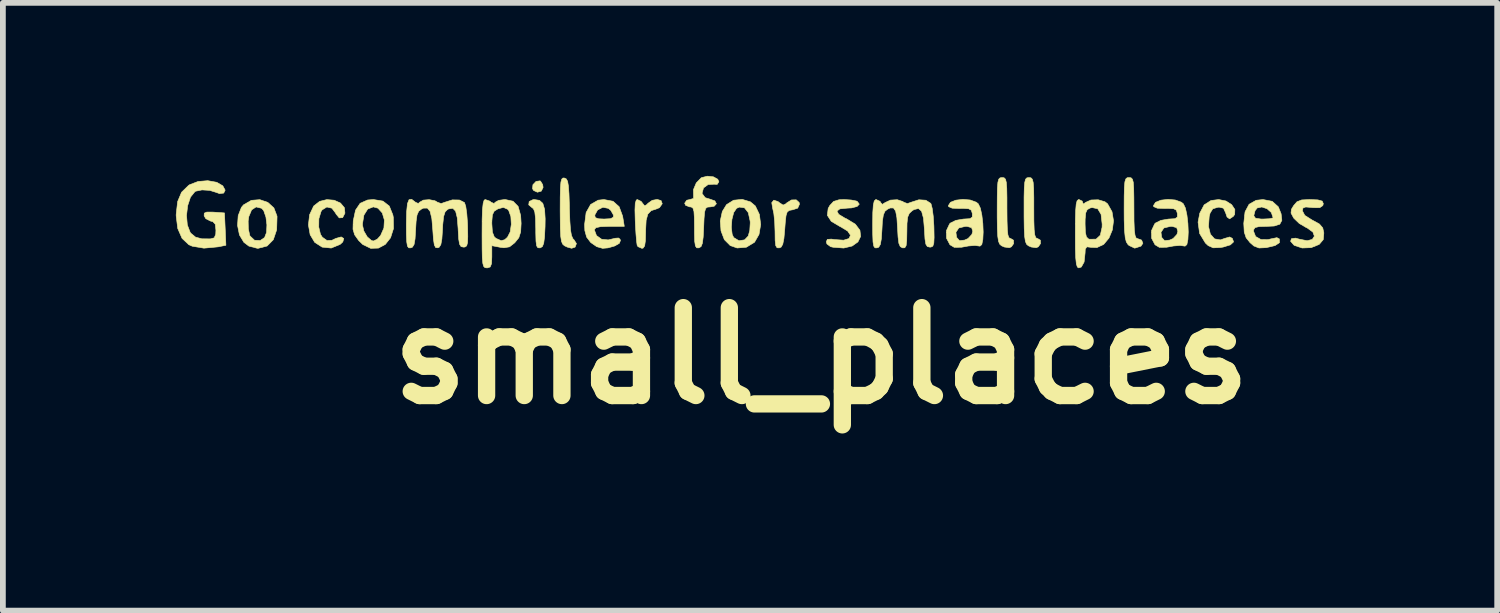
<source format=kicad_pcb>
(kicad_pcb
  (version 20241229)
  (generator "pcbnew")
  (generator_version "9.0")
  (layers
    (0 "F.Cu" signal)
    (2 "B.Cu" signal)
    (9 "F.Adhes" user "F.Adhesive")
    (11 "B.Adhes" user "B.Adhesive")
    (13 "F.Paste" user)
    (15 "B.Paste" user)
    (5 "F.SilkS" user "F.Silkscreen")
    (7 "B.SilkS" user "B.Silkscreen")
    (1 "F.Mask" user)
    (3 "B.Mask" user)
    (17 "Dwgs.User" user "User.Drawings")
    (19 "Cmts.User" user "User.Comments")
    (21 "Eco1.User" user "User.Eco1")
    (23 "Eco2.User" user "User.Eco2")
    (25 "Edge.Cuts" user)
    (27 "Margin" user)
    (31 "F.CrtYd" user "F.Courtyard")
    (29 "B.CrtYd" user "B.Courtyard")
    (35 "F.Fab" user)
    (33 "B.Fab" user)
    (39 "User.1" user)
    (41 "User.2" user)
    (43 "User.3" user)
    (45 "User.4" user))
  (footprint "small_places"
    (layer "F.Cu")
    (at 11.193 3.119)
    (property "Reference" "small_places" (at 0 0 0) (layer "F.SilkS") (effects (font (size 1.524 1.524) (thickness 0.3))))
    (attr through_hole)
    (fp_poly (pts (xy -4.87 -3.028) (xy -4.833 -2.967) (xy -4.826 -2.919) (xy -4.857 -2.855) (xy -4.924 -2.836) (xy -4.99 -2.866) (xy -5.009 -2.897) (xy -5.002 -2.967) (xy -4.948 -3.023) (xy -4.881 -3.033) (xy -4.87 -3.028)) (stroke (width 0.01) (type solid)) (fill yes) (layer "F.SilkS"))
    (fp_poly (pts (xy -4.889 -2.695) (xy -4.831 -2.643) (xy -4.8 -2.54) (xy -4.79 -2.375) (xy -4.792 -2.238) (xy -4.801 -2.061) (xy -4.815 -1.952) (xy -4.838 -1.894) (xy -4.874 -1.872) (xy -4.879 -1.871) (xy -4.916 -1.873) (xy -4.938 -1.906) (xy -4.949 -1.987) (xy -4.953 -2.132) (xy -4.953 -2.2) (xy -4.957 -2.381) (xy -4.97 -2.493) (xy -4.994 -2.551) (xy -5.016 -2.567) (xy -5.075 -2.617) (xy -5.067 -2.675) (xy -4.999 -2.708) (xy -4.979 -2.709) (xy -4.889 -2.695)) (stroke (width 0.01) (type solid)) (fill yes) (layer "F.SilkS"))
    (fp_poly (pts (xy -4.456 -3.082) (xy -4.424 -3.067) (xy -4.401 -3.025) (xy -4.387 -2.944) (xy -4.377 -2.808) (xy -4.37 -2.604) (xy -4.37 -2.564) (xy -4.362 -2.339) (xy -4.351 -2.185) (xy -4.334 -2.087) (xy -4.309 -2.03) (xy -4.289 -2.01) (xy -4.248 -1.945) (xy -4.271 -1.884) (xy -4.331 -1.864) (xy -4.408 -1.885) (xy -4.456 -1.908) (xy -4.486 -1.935) (xy -4.507 -1.984) (xy -4.52 -2.069) (xy -4.527 -2.204) (xy -4.529 -2.403) (xy -4.53 -2.524) (xy -4.529 -2.754) (xy -4.525 -2.913) (xy -4.517 -3.012) (xy -4.502 -3.064) (xy -4.48 -3.083) (xy -4.456 -3.082)) (stroke (width 0.01) (type solid)) (fill yes) (layer "F.SilkS"))
    (fp_poly (pts (xy 5.369 -3.086) (xy 5.393 -3.062) (xy 5.408 -3.006) (xy 5.415 -2.903) (xy 5.418 -2.741) (xy 5.419 -2.561) (xy 5.42 -2.336) (xy 5.426 -2.182) (xy 5.438 -2.089) (xy 5.456 -2.043) (xy 5.48 -2.032) (xy 5.552 -2.006) (xy 5.574 -1.95) (xy 5.541 -1.901) (xy 5.433 -1.866) (xy 5.335 -1.912) (xy 5.316 -1.929) (xy 5.287 -1.974) (xy 5.268 -2.05) (xy 5.256 -2.171) (xy 5.25 -2.352) (xy 5.249 -2.543) (xy 5.25 -2.767) (xy 5.254 -2.92) (xy 5.262 -3.015) (xy 5.278 -3.066) (xy 5.302 -3.087) (xy 5.334 -3.09) (xy 5.369 -3.086)) (stroke (width 0.01) (type solid)) (fill yes) (layer "F.SilkS"))
    (fp_poly (pts (xy -0.386 -2.658) (xy -0.381 -2.627) (xy -0.411 -2.56) (xy -0.497 -2.532) (xy -0.557 -2.521) (xy -0.593 -2.493) (xy -0.614 -2.428) (xy -0.627 -2.309) (xy -0.635 -2.202) (xy -0.65 -2.034) (xy -0.67 -1.934) (xy -0.699 -1.884) (xy -0.73 -1.871) (xy -0.769 -1.873) (xy -0.792 -1.91) (xy -0.802 -1.999) (xy -0.804 -2.153) (xy -0.81 -2.32) (xy -0.825 -2.466) (xy -0.845 -2.557) (xy -0.861 -2.655) (xy -0.825 -2.698) (xy -0.751 -2.673) (xy -0.728 -2.654) (xy -0.664 -2.613) (xy -0.615 -2.636) (xy -0.602 -2.65) (xy -0.519 -2.702) (xy -0.437 -2.704) (xy -0.386 -2.658)) (stroke (width 0.01) (type solid)) (fill yes) (layer "F.SilkS"))
    (fp_poly (pts (xy -2.78 -2.691) (xy -2.76 -2.636) (xy -2.76 -2.636) (xy -2.808 -2.568) (xy -2.858 -2.547) (xy -2.953 -2.516) (xy -3.01 -2.456) (xy -3.039 -2.349) (xy -3.048 -2.178) (xy -3.048 -2.154) (xy -3.052 -1.995) (xy -3.065 -1.905) (xy -3.092 -1.867) (xy -3.113 -1.863) (xy -3.18 -1.892) (xy -3.195 -1.916) (xy -3.204 -1.98) (xy -3.215 -2.106) (xy -3.225 -2.27) (xy -3.228 -2.339) (xy -3.233 -2.527) (xy -3.228 -2.643) (xy -3.21 -2.7) (xy -3.191 -2.709) (xy -3.126 -2.677) (xy -3.1 -2.643) (xy -3.064 -2.599) (xy -3.024 -2.624) (xy -3.008 -2.643) (xy -2.934 -2.695) (xy -2.848 -2.711) (xy -2.78 -2.691)) (stroke (width 0.01) (type solid)) (fill yes) (layer "F.SilkS"))
    (fp_poly (pts (xy 3.168 -3.086) (xy 3.192 -3.062) (xy 3.206 -3.006) (xy 3.214 -2.903) (xy 3.217 -2.741) (xy 3.217 -2.561) (xy 3.219 -2.338) (xy 3.224 -2.187) (xy 3.234 -2.094) (xy 3.252 -2.047) (xy 3.278 -2.032) (xy 3.284 -2.032) (xy 3.331 -2.004) (xy 3.333 -1.945) (xy 3.295 -1.89) (xy 3.259 -1.874) (xy 3.171 -1.886) (xy 3.122 -1.908) (xy 3.092 -1.935) (xy 3.071 -1.984) (xy 3.058 -2.07) (xy 3.051 -2.205) (xy 3.048 -2.405) (xy 3.048 -2.521) (xy 3.049 -2.75) (xy 3.052 -2.908) (xy 3.06 -3.007) (xy 3.075 -3.062) (xy 3.098 -3.085) (xy 3.131 -3.09) (xy 3.133 -3.09) (xy 3.168 -3.086)) (stroke (width 0.01) (type solid)) (fill yes) (layer "F.SilkS"))
    (fp_poly (pts (xy 3.633 -3.086) (xy 3.657 -3.062) (xy 3.672 -3.006) (xy 3.68 -2.903) (xy 3.683 -2.741) (xy 3.683 -2.561) (xy 3.684 -2.338) (xy 3.689 -2.187) (xy 3.7 -2.094) (xy 3.718 -2.047) (xy 3.744 -2.032) (xy 3.75 -2.032) (xy 3.797 -2.004) (xy 3.799 -1.945) (xy 3.761 -1.89) (xy 3.725 -1.874) (xy 3.637 -1.886) (xy 3.588 -1.908) (xy 3.557 -1.935) (xy 3.537 -1.984) (xy 3.524 -2.07) (xy 3.517 -2.205) (xy 3.514 -2.405) (xy 3.514 -2.521) (xy 3.514 -2.75) (xy 3.518 -2.908) (xy 3.526 -3.007) (xy 3.54 -3.062) (xy 3.563 -3.085) (xy 3.597 -3.09) (xy 3.598 -3.09) (xy 3.633 -3.086)) (stroke (width 0.01) (type solid)) (fill yes) (layer "F.SilkS"))
    (fp_poly (pts (xy -8.448 -2.697) (xy -8.339 -2.648) (xy -8.271 -2.567) (xy -8.262 -2.473) (xy -8.302 -2.395) (xy -8.361 -2.391) (xy -8.417 -2.459) (xy -8.423 -2.473) (xy -8.488 -2.559) (xy -8.576 -2.58) (xy -8.657 -2.53) (xy -8.677 -2.5) (xy -8.714 -2.376) (xy -8.716 -2.232) (xy -8.686 -2.106) (xy -8.654 -2.056) (xy -8.574 -1.999) (xy -8.49 -2.002) (xy -8.417 -2.036) (xy -8.326 -2.061) (xy -8.282 -2.033) (xy -8.299 -1.974) (xy -8.346 -1.931) (xy -8.5 -1.868) (xy -8.657 -1.884) (xy -8.786 -1.967) (xy -8.865 -2.099) (xy -8.895 -2.269) (xy -8.875 -2.445) (xy -8.805 -2.594) (xy -8.802 -2.598) (xy -8.701 -2.677) (xy -8.576 -2.708) (xy -8.448 -2.697)) (stroke (width 0.01) (type solid)) (fill yes) (layer "F.SilkS"))
    (fp_poly (pts (xy 7.014 -2.684) (xy 7.113 -2.621) (xy 7.169 -2.537) (xy 7.166 -2.452) (xy 7.143 -2.418) (xy 7.078 -2.374) (xy 7.034 -2.406) (xy 7.009 -2.479) (xy 6.972 -2.559) (xy 6.896 -2.577) (xy 6.869 -2.574) (xy 6.786 -2.548) (xy 6.74 -2.475) (xy 6.724 -2.413) (xy 6.712 -2.241) (xy 6.745 -2.108) (xy 6.817 -2.027) (xy 6.918 -2.009) (xy 6.99 -2.034) (xy 7.078 -2.06) (xy 7.125 -2.036) (xy 7.147 -1.975) (xy 7.091 -1.923) (xy 6.966 -1.885) (xy 6.916 -1.877) (xy 6.793 -1.872) (xy 6.707 -1.91) (xy 6.658 -1.956) (xy 6.558 -2.121) (xy 6.531 -2.317) (xy 6.561 -2.473) (xy 6.637 -2.617) (xy 6.755 -2.692) (xy 6.889 -2.709) (xy 7.014 -2.684)) (stroke (width 0.01) (type solid)) (fill yes) (layer "F.SilkS"))
    (fp_poly (pts (xy -1.231 -2.669) (xy -1.146 -2.598) (xy -1.075 -2.45) (xy -1.053 -2.275) (xy -1.082 -2.104) (xy -1.159 -1.97) (xy -1.162 -1.967) (xy -1.302 -1.882) (xy -1.461 -1.869) (xy -1.581 -1.911) (xy -1.683 -2.014) (xy -1.741 -2.166) (xy -1.745 -2.225) (xy -1.562 -2.225) (xy -1.547 -2.104) (xy -1.521 -2.05) (xy -1.43 -1.995) (xy -1.332 -2.01) (xy -1.269 -2.076) (xy -1.242 -2.173) (xy -1.234 -2.306) (xy -1.236 -2.336) (xy -1.268 -2.482) (xy -1.334 -2.566) (xy -1.423 -2.578) (xy -1.471 -2.557) (xy -1.521 -2.484) (xy -1.552 -2.363) (xy -1.562 -2.225) (xy -1.745 -2.225) (xy -1.754 -2.337) (xy -1.718 -2.502) (xy -1.645 -2.621) (xy -1.523 -2.697) (xy -1.374 -2.712) (xy -1.231 -2.669)) (stroke (width 0.01) (type solid)) (fill yes) (layer "F.SilkS"))
    (fp_poly (pts (xy -9.6 -2.66) (xy -9.494 -2.564) (xy -9.441 -2.425) (xy -9.439 -2.413) (xy -9.446 -2.183) (xy -9.504 -2.012) (xy -9.612 -1.903) (xy -9.767 -1.863) (xy -9.779 -1.863) (xy -9.928 -1.902) (xy -10.014 -1.967) (xy -10.091 -2.095) (xy -10.124 -2.26) (xy -10.119 -2.336) (xy -9.94 -2.336) (xy -9.937 -2.203) (xy -9.914 -2.093) (xy -9.907 -2.076) (xy -9.829 -2.003) (xy -9.73 -1.999) (xy -9.655 -2.05) (xy -9.621 -2.139) (xy -9.615 -2.269) (xy -9.632 -2.406) (xy -9.67 -2.515) (xy -9.705 -2.557) (xy -9.802 -2.581) (xy -9.88 -2.53) (xy -9.929 -2.413) (xy -9.94 -2.336) (xy -10.119 -2.336) (xy -10.113 -2.429) (xy -10.057 -2.573) (xy -10.02 -2.617) (xy -9.885 -2.695) (xy -9.738 -2.707) (xy -9.6 -2.66)) (stroke (width 0.01) (type solid)) (fill yes) (layer "F.SilkS"))
    (fp_poly (pts (xy -7.603 -2.682) (xy -7.493 -2.596) (xy -7.431 -2.443) (xy -7.423 -2.399) (xy -7.42 -2.206) (xy -7.471 -2.046) (xy -7.562 -1.931) (xy -7.682 -1.867) (xy -7.816 -1.863) (xy -7.952 -1.929) (xy -8.023 -1.998) (xy -8.094 -2.098) (xy -8.122 -2.194) (xy -8.12 -2.271) (xy -7.959 -2.271) (xy -7.934 -2.163) (xy -7.875 -2.062) (xy -7.801 -1.998) (xy -7.768 -1.99) (xy -7.702 -2.021) (xy -7.644 -2.084) (xy -7.586 -2.215) (xy -7.578 -2.354) (xy -7.614 -2.476) (xy -7.689 -2.559) (xy -7.771 -2.582) (xy -7.867 -2.544) (xy -7.933 -2.439) (xy -7.959 -2.281) (xy -7.959 -2.271) (xy -8.12 -2.271) (xy -8.118 -2.329) (xy -8.118 -2.337) (xy -8.078 -2.525) (xy -7.998 -2.644) (xy -7.87 -2.701) (xy -7.768 -2.709) (xy -7.603 -2.682)) (stroke (width 0.01) (type solid)) (fill yes) (layer "F.SilkS"))
    (fp_poly (pts (xy 0.516 -2.701) (xy 0.607 -2.683) (xy 0.622 -2.676) (xy 0.657 -2.629) (xy 0.619 -2.589) (xy 0.524 -2.564) (xy 0.448 -2.56) (xy 0.319 -2.547) (xy 0.27 -2.509) (xy 0.299 -2.453) (xy 0.409 -2.386) (xy 0.435 -2.375) (xy 0.588 -2.282) (xy 0.668 -2.176) (xy 0.68 -2.069) (xy 0.633 -1.974) (xy 0.533 -1.903) (xy 0.387 -1.868) (xy 0.202 -1.882) (xy 0.159 -1.892) (xy 0.096 -1.939) (xy 0.085 -1.976) (xy 0.103 -2.018) (xy 0.172 -2.023) (xy 0.227 -2.015) (xy 0.385 -2.004) (xy 0.479 -2.033) (xy 0.504 -2.09) (xy 0.455 -2.163) (xy 0.328 -2.239) (xy 0.321 -2.242) (xy 0.171 -2.331) (xy 0.103 -2.435) (xy 0.117 -2.554) (xy 0.146 -2.606) (xy 0.211 -2.676) (xy 0.305 -2.705) (xy 0.393 -2.709) (xy 0.516 -2.701)) (stroke (width 0.01) (type solid)) (fill yes) (layer "F.SilkS"))
    (fp_poly (pts (xy 8.608 -2.703) (xy 8.684 -2.682) (xy 8.703 -2.638) (xy 8.694 -2.604) (xy 8.641 -2.568) (xy 8.52 -2.569) (xy 8.506 -2.571) (xy 8.398 -2.58) (xy 8.35 -2.562) (xy 8.34 -2.513) (xy 8.382 -2.434) (xy 8.508 -2.354) (xy 8.52 -2.348) (xy 8.636 -2.284) (xy 8.693 -2.217) (xy 8.712 -2.131) (xy 8.702 -2.014) (xy 8.633 -1.933) (xy 8.629 -1.93) (xy 8.492 -1.875) (xy 8.336 -1.869) (xy 8.203 -1.913) (xy 8.193 -1.92) (xy 8.136 -1.985) (xy 8.15 -2.03) (xy 8.221 -2.04) (xy 8.291 -2.021) (xy 8.424 -1.995) (xy 8.512 -2.018) (xy 8.548 -2.074) (xy 8.522 -2.145) (xy 8.424 -2.216) (xy 8.404 -2.225) (xy 8.285 -2.295) (xy 8.193 -2.384) (xy 8.187 -2.392) (xy 8.143 -2.475) (xy 8.15 -2.54) (xy 8.188 -2.603) (xy 8.246 -2.67) (xy 8.327 -2.702) (xy 8.46 -2.709) (xy 8.461 -2.709) (xy 8.608 -2.703)) (stroke (width 0.01) (type solid)) (fill yes) (layer "F.SilkS"))
    (fp_poly (pts (xy -3.613 -2.679) (xy -3.507 -2.584) (xy -3.447 -2.421) (xy -3.443 -2.397) (xy -3.418 -2.244) (xy -3.677 -2.244) (xy -3.829 -2.239) (xy -3.91 -2.221) (xy -3.937 -2.187) (xy -3.937 -2.183) (xy -3.9 -2.084) (xy -3.81 -2.02) (xy -3.696 -2.009) (xy -3.688 -2.011) (xy -3.574 -2.038) (xy -3.518 -2.042) (xy -3.493 -2.022) (xy -3.484 -2.001) (xy -3.504 -1.95) (xy -3.584 -1.904) (xy -3.7 -1.871) (xy -3.794 -1.863) (xy -3.896 -1.892) (xy -3.998 -1.963) (xy -4.002 -1.967) (xy -4.071 -2.058) (xy -4.102 -2.171) (xy -4.106 -2.278) (xy -4.085 -2.44) (xy -3.93 -2.44) (xy -3.921 -2.395) (xy -3.861 -2.375) (xy -3.768 -2.371) (xy -3.655 -2.377) (xy -3.608 -2.403) (xy -3.606 -2.44) (xy -3.651 -2.52) (xy -3.694 -2.556) (xy -3.79 -2.575) (xy -3.88 -2.529) (xy -3.93 -2.44) (xy -4.085 -2.44) (xy -4.08 -2.483) (xy -4.001 -2.624) (xy -3.871 -2.698) (xy -3.771 -2.709) (xy -3.613 -2.679)) (stroke (width 0.01) (type solid)) (fill yes) (layer "F.SilkS"))
    (fp_poly (pts (xy -1.873 -3.103) (xy -1.797 -3.061) (xy -1.778 -3.017) (xy -1.807 -2.972) (xy -1.861 -2.975) (xy -1.965 -2.969) (xy -2.044 -2.911) (xy -2.069 -2.822) (xy -2.068 -2.812) (xy -2.015 -2.741) (xy -1.936 -2.717) (xy -1.848 -2.686) (xy -1.821 -2.636) (xy -1.858 -2.594) (xy -1.924 -2.582) (xy -1.976 -2.578) (xy -2.007 -2.555) (xy -2.025 -2.494) (xy -2.035 -2.381) (xy -2.041 -2.234) (xy -2.05 -2.058) (xy -2.064 -1.95) (xy -2.087 -1.893) (xy -2.124 -1.871) (xy -2.127 -1.871) (xy -2.163 -1.872) (xy -2.185 -1.905) (xy -2.197 -1.983) (xy -2.201 -2.124) (xy -2.201 -2.219) (xy -2.203 -2.395) (xy -2.21 -2.503) (xy -2.227 -2.559) (xy -2.257 -2.58) (xy -2.286 -2.582) (xy -2.355 -2.609) (xy -2.371 -2.646) (xy -2.335 -2.697) (xy -2.281 -2.709) (xy -2.217 -2.728) (xy -2.217 -2.773) (xy -2.219 -2.88) (xy -2.17 -2.997) (xy -2.086 -3.084) (xy -2.077 -3.089) (xy -1.977 -3.114) (xy -1.873 -3.103)) (stroke (width 0.01) (type solid)) (fill yes) (layer "F.SilkS"))
    (fp_poly (pts (xy 7.817 -2.678) (xy 7.923 -2.582) (xy 7.971 -2.462) (xy 7.984 -2.348) (xy 7.948 -2.281) (xy 7.851 -2.25) (xy 7.721 -2.244) (xy 7.588 -2.24) (xy 7.519 -2.223) (xy 7.495 -2.186) (xy 7.493 -2.16) (xy 7.529 -2.068) (xy 7.621 -2.016) (xy 7.746 -2.014) (xy 7.791 -2.026) (xy 7.898 -2.048) (xy 7.941 -2.026) (xy 7.943 -1.962) (xy 7.866 -1.911) (xy 7.718 -1.876) (xy 7.713 -1.875) (xy 7.588 -1.869) (xy 7.5 -1.903) (xy 7.433 -1.961) (xy 7.365 -2.046) (xy 7.332 -2.144) (xy 7.324 -2.291) (xy 7.324 -2.297) (xy 7.338 -2.428) (xy 7.497 -2.428) (xy 7.527 -2.385) (xy 7.623 -2.371) (xy 7.662 -2.371) (xy 7.768 -2.376) (xy 7.827 -2.389) (xy 7.832 -2.395) (xy 7.801 -2.485) (xy 7.727 -2.55) (xy 7.637 -2.58) (xy 7.556 -2.563) (xy 7.519 -2.515) (xy 7.497 -2.428) (xy 7.338 -2.428) (xy 7.346 -2.496) (xy 7.416 -2.627) (xy 7.538 -2.696) (xy 7.657 -2.709) (xy 7.817 -2.678)) (stroke (width 0.01) (type solid)) (fill yes) (layer "F.SilkS"))
    (fp_poly (pts (xy -10.485 -3.008) (xy -10.38 -2.947) (xy -10.339 -2.872) (xy -10.364 -2.821) (xy -10.437 -2.812) (xy -10.491 -2.832) (xy -10.607 -2.868) (xy -10.74 -2.876) (xy -10.848 -2.854) (xy -10.863 -2.846) (xy -10.94 -2.751) (xy -10.989 -2.603) (xy -11.009 -2.433) (xy -10.995 -2.269) (xy -10.946 -2.141) (xy -10.933 -2.124) (xy -10.852 -2.057) (xy -10.743 -2.028) (xy -10.594 -2.027) (xy -10.528 -2.045) (xy -10.502 -2.106) (xy -10.499 -2.177) (xy -10.51 -2.28) (xy -10.552 -2.326) (xy -10.593 -2.336) (xy -10.674 -2.377) (xy -10.703 -2.426) (xy -10.701 -2.473) (xy -10.656 -2.492) (xy -10.55 -2.491) (xy -10.534 -2.49) (xy -10.351 -2.477) (xy -10.338 -2.196) (xy -10.326 -1.916) (xy -10.46 -1.889) (xy -10.707 -1.866) (xy -10.909 -1.9) (xy -10.969 -1.926) (xy -11.086 -2.036) (xy -11.161 -2.207) (xy -11.188 -2.425) (xy -11.188 -2.452) (xy -11.163 -2.673) (xy -11.095 -2.835) (xy -10.974 -2.953) (xy -10.955 -2.966) (xy -10.809 -3.022) (xy -10.641 -3.036) (xy -10.485 -3.008)) (stroke (width 0.01) (type solid)) (fill yes) (layer "F.SilkS"))
    (fp_poly (pts (xy 2.581 -2.701) (xy 2.685 -2.663) (xy 2.72 -2.635) (xy 2.756 -2.56) (xy 2.782 -2.44) (xy 2.799 -2.294) (xy 2.805 -2.146) (xy 2.799 -2.017) (xy 2.781 -1.928) (xy 2.749 -1.901) (xy 2.664 -1.913) (xy 2.55 -1.904) (xy 2.43 -1.882) (xy 2.304 -1.88) (xy 2.229 -1.925) (xy 2.17 -2.037) (xy 2.168 -2.141) (xy 2.332 -2.141) (xy 2.344 -2.053) (xy 2.394 -1.996) (xy 2.483 -2.006) (xy 2.543 -2.033) (xy 2.609 -2.104) (xy 2.625 -2.16) (xy 2.604 -2.221) (xy 2.529 -2.243) (xy 2.496 -2.244) (xy 2.382 -2.216) (xy 2.332 -2.141) (xy 2.168 -2.141) (xy 2.168 -2.17) (xy 2.222 -2.286) (xy 2.236 -2.301) (xy 2.331 -2.348) (xy 2.459 -2.37) (xy 2.472 -2.371) (xy 2.576 -2.377) (xy 2.616 -2.405) (xy 2.617 -2.466) (xy 2.599 -2.524) (xy 2.551 -2.55) (xy 2.45 -2.556) (xy 2.402 -2.554) (xy 2.268 -2.559) (xy 2.207 -2.585) (xy 2.201 -2.603) (xy 2.238 -2.661) (xy 2.331 -2.698) (xy 2.454 -2.712) (xy 2.581 -2.701)) (stroke (width 0.01) (type solid)) (fill yes) (layer "F.SilkS"))
    (fp_poly (pts (xy 6.137 -2.701) (xy 6.241 -2.663) (xy 6.276 -2.635) (xy 6.312 -2.56) (xy 6.338 -2.44) (xy 6.355 -2.294) (xy 6.361 -2.146) (xy 6.355 -2.017) (xy 6.337 -1.928) (xy 6.305 -1.901) (xy 6.22 -1.913) (xy 6.106 -1.904) (xy 5.986 -1.882) (xy 5.86 -1.88) (xy 5.785 -1.925) (xy 5.726 -2.037) (xy 5.724 -2.141) (xy 5.888 -2.141) (xy 5.9 -2.053) (xy 5.95 -1.996) (xy 6.039 -2.006) (xy 6.099 -2.033) (xy 6.165 -2.104) (xy 6.181 -2.16) (xy 6.16 -2.221) (xy 6.085 -2.243) (xy 6.052 -2.244) (xy 5.938 -2.216) (xy 5.888 -2.141) (xy 5.724 -2.141) (xy 5.724 -2.17) (xy 5.778 -2.286) (xy 5.792 -2.301) (xy 5.887 -2.348) (xy 6.015 -2.37) (xy 6.028 -2.371) (xy 6.132 -2.377) (xy 6.172 -2.405) (xy 6.173 -2.466) (xy 6.155 -2.524) (xy 6.107 -2.55) (xy 6.006 -2.556) (xy 5.958 -2.554) (xy 5.824 -2.559) (xy 5.763 -2.585) (xy 5.757 -2.603) (xy 5.794 -2.661) (xy 5.887 -2.698) (xy 6.01 -2.712) (xy 6.137 -2.701)) (stroke (width 0.01) (type solid)) (fill yes) (layer "F.SilkS"))
    (fp_poly (pts (xy 4.522 -2.682) (xy 4.53 -2.659) (xy 4.542 -2.629) (xy 4.58 -2.659) (xy 4.674 -2.701) (xy 4.799 -2.705) (xy 4.915 -2.671) (xy 4.962 -2.635) (xy 5.039 -2.498) (xy 5.065 -2.341) (xy 5.045 -2.183) (xy 4.986 -2.041) (xy 4.895 -1.932) (xy 4.779 -1.877) (xy 4.678 -1.88) (xy 4.603 -1.889) (xy 4.575 -1.849) (xy 4.572 -1.782) (xy 4.555 -1.625) (xy 4.507 -1.539) (xy 4.462 -1.524) (xy 4.438 -1.539) (xy 4.421 -1.592) (xy 4.41 -1.695) (xy 4.404 -1.858) (xy 4.403 -2.094) (xy 4.403 -2.117) (xy 4.404 -2.286) (xy 4.572 -2.286) (xy 4.577 -2.141) (xy 4.595 -2.061) (xy 4.631 -2.026) (xy 4.646 -2.021) (xy 4.763 -2.022) (xy 4.836 -2.09) (xy 4.867 -2.229) (xy 4.868 -2.282) (xy 4.849 -2.453) (xy 4.791 -2.549) (xy 4.695 -2.57) (xy 4.659 -2.562) (xy 4.609 -2.534) (xy 4.583 -2.477) (xy 4.573 -2.369) (xy 4.572 -2.286) (xy 4.404 -2.286) (xy 4.404 -2.356) (xy 4.409 -2.522) (xy 4.418 -2.628) (xy 4.433 -2.686) (xy 4.456 -2.708) (xy 4.466 -2.709) (xy 4.522 -2.682)) (stroke (width 0.01) (type solid)) (fill yes) (layer "F.SilkS"))
    (fp_poly (pts (xy -5.347 -2.68) (xy -5.259 -2.59) (xy -5.215 -2.433) (xy -5.207 -2.296) (xy -5.215 -2.147) (xy -5.247 -2.047) (xy -5.315 -1.963) (xy -5.315 -1.962) (xy -5.408 -1.889) (xy -5.504 -1.873) (xy -5.569 -1.881) (xy -5.715 -1.909) (xy -5.715 -1.716) (xy -5.72 -1.597) (xy -5.743 -1.54) (xy -5.792 -1.524) (xy -5.8 -1.524) (xy -5.833 -1.528) (xy -5.856 -1.55) (xy -5.871 -1.603) (xy -5.88 -1.698) (xy -5.883 -1.851) (xy -5.884 -2.073) (xy -5.884 -2.117) (xy -5.883 -2.289) (xy -5.715 -2.289) (xy -5.705 -2.144) (xy -5.672 -2.061) (xy -5.641 -2.035) (xy -5.554 -1.996) (xy -5.492 -2.012) (xy -5.443 -2.056) (xy -5.396 -2.148) (xy -5.377 -2.28) (xy -5.385 -2.415) (xy -5.422 -2.519) (xy -5.441 -2.541) (xy -5.515 -2.573) (xy -5.61 -2.547) (xy -5.674 -2.507) (xy -5.705 -2.443) (xy -5.715 -2.329) (xy -5.715 -2.289) (xy -5.883 -2.289) (xy -5.883 -2.363) (xy -5.877 -2.535) (xy -5.865 -2.643) (xy -5.848 -2.698) (xy -5.829 -2.709) (xy -5.751 -2.682) (xy -5.728 -2.663) (xy -5.677 -2.64) (xy -5.654 -2.663) (xy -5.596 -2.695) (xy -5.493 -2.709) (xy -5.482 -2.709) (xy -5.347 -2.68)) (stroke (width 0.01) (type solid)) (fill yes) (layer "F.SilkS"))
    (fp_poly (pts (xy -7.041 -2.664) (xy -7.041 -2.663) (xy -6.989 -2.64) (xy -6.966 -2.663) (xy -6.902 -2.699) (xy -6.8 -2.707) (xy -6.701 -2.688) (xy -6.659 -2.663) (xy -6.594 -2.639) (xy -6.527 -2.663) (xy -6.4 -2.703) (xy -6.276 -2.701) (xy -6.19 -2.657) (xy -6.189 -2.656) (xy -6.167 -2.591) (xy -6.149 -2.464) (xy -6.137 -2.301) (xy -6.135 -2.243) (xy -6.132 -2.068) (xy -6.136 -1.961) (xy -6.151 -1.906) (xy -6.181 -1.886) (xy -6.206 -1.884) (xy -6.248 -1.893) (xy -6.274 -1.934) (xy -6.289 -2.022) (xy -6.298 -2.175) (xy -6.299 -2.2) (xy -6.314 -2.392) (xy -6.343 -2.508) (xy -6.391 -2.557) (xy -6.463 -2.547) (xy -6.483 -2.537) (xy -6.525 -2.495) (xy -6.551 -2.414) (xy -6.566 -2.274) (xy -6.57 -2.191) (xy -6.581 -2.025) (xy -6.599 -1.927) (xy -6.629 -1.881) (xy -6.652 -1.872) (xy -6.689 -1.877) (xy -6.712 -1.922) (xy -6.727 -2.022) (xy -6.738 -2.177) (xy -6.755 -2.378) (xy -6.785 -2.504) (xy -6.832 -2.561) (xy -6.901 -2.56) (xy -6.936 -2.543) (xy -6.983 -2.506) (xy -7.012 -2.441) (xy -7.028 -2.329) (xy -7.036 -2.191) (xy -7.046 -2.027) (xy -7.063 -1.93) (xy -7.092 -1.883) (xy -7.123 -1.871) (xy -7.156 -1.872) (xy -7.178 -1.901) (xy -7.19 -1.973) (xy -7.196 -2.102) (xy -7.197 -2.283) (xy -7.192 -2.499) (xy -7.178 -2.638) (xy -7.15 -2.707) (xy -7.105 -2.713) (xy -7.041 -2.664)) (stroke (width 0.01) (type solid)) (fill yes) (layer "F.SilkS"))
    (fp_poly (pts (xy 1.016 -2.678) (xy 1.028 -2.656) (xy 1.057 -2.625) (xy 1.104 -2.656) (xy 1.197 -2.699) (xy 1.315 -2.706) (xy 1.413 -2.674) (xy 1.426 -2.663) (xy 1.492 -2.639) (xy 1.559 -2.663) (xy 1.69 -2.705) (xy 1.811 -2.697) (xy 1.894 -2.644) (xy 1.901 -2.633) (xy 1.921 -2.556) (xy 1.939 -2.42) (xy 1.95 -2.254) (xy 1.951 -2.22) (xy 1.954 -2.052) (xy 1.949 -1.952) (xy 1.932 -1.901) (xy 1.9 -1.885) (xy 1.88 -1.884) (xy 1.837 -1.894) (xy 1.811 -1.935) (xy 1.796 -2.025) (xy 1.787 -2.182) (xy 1.787 -2.187) (xy 1.77 -2.385) (xy 1.737 -2.506) (xy 1.683 -2.554) (xy 1.606 -2.535) (xy 1.574 -2.515) (xy 1.524 -2.469) (xy 1.496 -2.404) (xy 1.484 -2.296) (xy 1.482 -2.153) (xy 1.479 -1.998) (xy 1.469 -1.91) (xy 1.446 -1.873) (xy 1.408 -1.871) (xy 1.368 -1.892) (xy 1.343 -1.95) (xy 1.329 -2.06) (xy 1.321 -2.202) (xy 1.309 -2.393) (xy 1.287 -2.509) (xy 1.25 -2.563) (xy 1.193 -2.563) (xy 1.149 -2.543) (xy 1.102 -2.506) (xy 1.074 -2.441) (xy 1.057 -2.329) (xy 1.05 -2.191) (xy 1.039 -2.027) (xy 1.022 -1.93) (xy 0.994 -1.883) (xy 0.963 -1.871) (xy 0.929 -1.872) (xy 0.908 -1.901) (xy 0.895 -1.973) (xy 0.89 -2.102) (xy 0.889 -2.283) (xy 0.891 -2.483) (xy 0.9 -2.612) (xy 0.916 -2.683) (xy 0.941 -2.708) (xy 0.949 -2.709) (xy 1.016 -2.678)) (stroke (width 0.01) (type solid)) (fill yes) (layer "F.SilkS")))
  (gr_rect
    (start -3 -3)
    (end 22.911 7.538)
    (stroke (width 0.1) (type default))
    (fill no)
    (layer "Edge.Cuts")))
</source>
